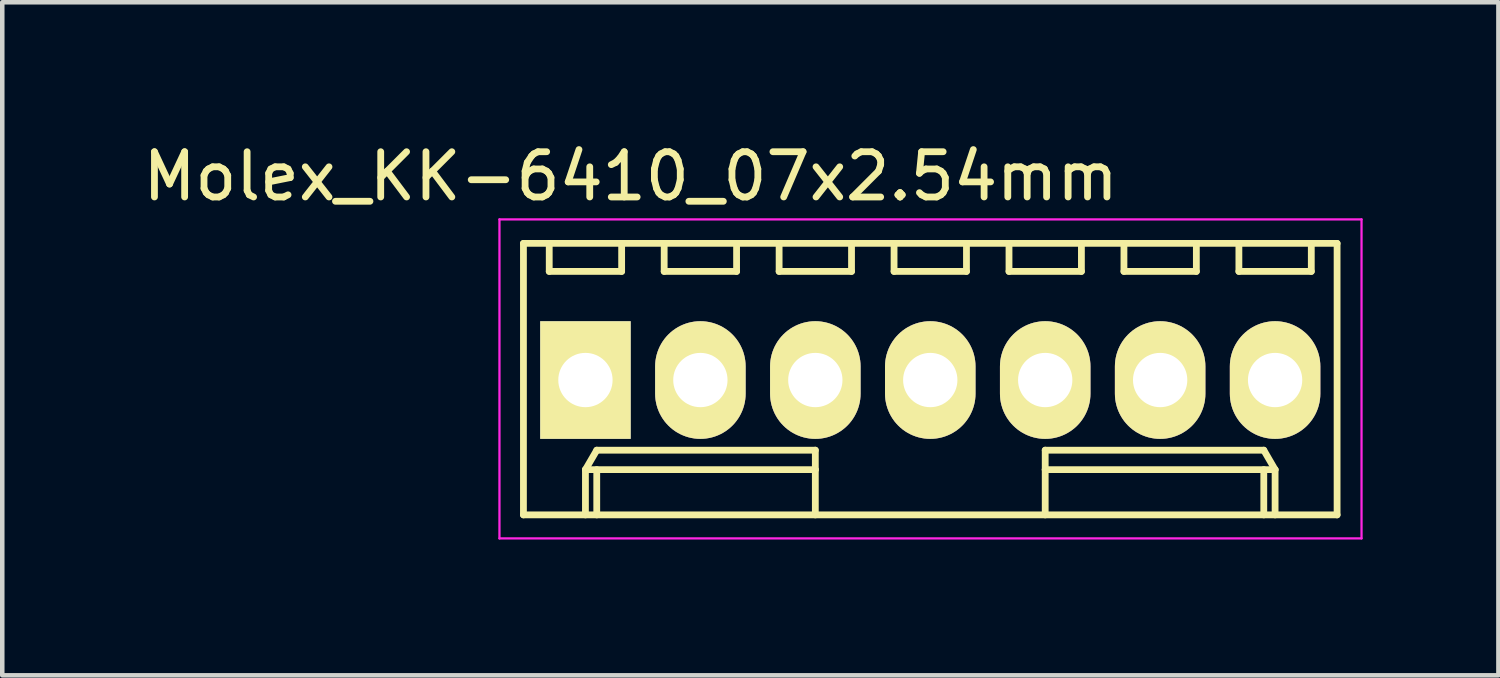
<source format=kicad_pcb>
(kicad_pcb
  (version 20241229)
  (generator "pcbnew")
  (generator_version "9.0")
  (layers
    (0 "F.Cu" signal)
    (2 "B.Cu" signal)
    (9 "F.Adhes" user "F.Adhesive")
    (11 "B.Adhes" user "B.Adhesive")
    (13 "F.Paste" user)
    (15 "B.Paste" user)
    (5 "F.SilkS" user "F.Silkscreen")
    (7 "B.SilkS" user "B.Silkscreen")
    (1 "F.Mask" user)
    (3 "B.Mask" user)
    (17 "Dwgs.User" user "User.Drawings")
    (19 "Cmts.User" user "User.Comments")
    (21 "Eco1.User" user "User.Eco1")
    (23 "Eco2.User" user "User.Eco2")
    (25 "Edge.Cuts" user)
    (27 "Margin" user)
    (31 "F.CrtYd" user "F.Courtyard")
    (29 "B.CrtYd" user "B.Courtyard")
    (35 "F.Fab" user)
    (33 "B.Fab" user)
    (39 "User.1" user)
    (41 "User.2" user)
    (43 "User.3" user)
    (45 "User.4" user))
  (footprint "Molex_KK-6410_07x2.54mm"
    (layer "F.Cu")
    (at 9.887 5.348)
    (property "Reference" "Molex_KK-6410_07x2.54mm" (at 1 -4.5 0) (layer "F.SilkS") (effects (font (size 1 1) (thickness 0.15))))
    (attr through_hole)
    (fp_line (start -1.37 -3.02) (end -1.37 2.98) (stroke (width 0.15) (type solid)) (layer "F.SilkS"))
    (fp_line (start -1.37 2.98) (end 16.61 2.98) (stroke (width 0.15) (type solid)) (layer "F.SilkS"))
    (fp_line (start -0.8 -3.02) (end -0.8 -2.4) (stroke (width 0.15) (type solid)) (layer "F.SilkS"))
    (fp_line (start -0.8 -2.4) (end 0.8 -2.4) (stroke (width 0.15) (type solid)) (layer "F.SilkS"))
    (fp_line (start 0 1.98) (end 0.25 1.55) (stroke (width 0.15) (type solid)) (layer "F.SilkS"))
    (fp_line (start 0 1.98) (end 5.08 1.98) (stroke (width 0.15) (type solid)) (layer "F.SilkS"))
    (fp_line (start 0 2.98) (end 0 1.98) (stroke (width 0.15) (type solid)) (layer "F.SilkS"))
    (fp_line (start 0.25 1.55) (end 5.08 1.55) (stroke (width 0.15) (type solid)) (layer "F.SilkS"))
    (fp_line (start 0.25 2.98) (end 0.25 1.98) (stroke (width 0.15) (type solid)) (layer "F.SilkS"))
    (fp_line (start 0.8 -2.4) (end 0.8 -3.02) (stroke (width 0.15) (type solid)) (layer "F.SilkS"))
    (fp_line (start 1.74 -3.02) (end 1.74 -2.4) (stroke (width 0.15) (type solid)) (layer "F.SilkS"))
    (fp_line (start 1.74 -2.4) (end 3.34 -2.4) (stroke (width 0.15) (type solid)) (layer "F.SilkS"))
    (fp_line (start 3.34 -2.4) (end 3.34 -3.02) (stroke (width 0.15) (type solid)) (layer "F.SilkS"))
    (fp_line (start 4.28 -3.02) (end 4.28 -2.4) (stroke (width 0.15) (type solid)) (layer "F.SilkS"))
    (fp_line (start 4.28 -2.4) (end 5.88 -2.4) (stroke (width 0.15) (type solid)) (layer "F.SilkS"))
    (fp_line (start 5.08 1.55) (end 5.08 1.98) (stroke (width 0.15) (type solid)) (layer "F.SilkS"))
    (fp_line (start 5.08 1.98) (end 5.08 2.98) (stroke (width 0.15) (type solid)) (layer "F.SilkS"))
    (fp_line (start 5.88 -2.4) (end 5.88 -3.02) (stroke (width 0.15) (type solid)) (layer "F.SilkS"))
    (fp_line (start 6.82 -3.02) (end 6.82 -2.4) (stroke (width 0.15) (type solid)) (layer "F.SilkS"))
    (fp_line (start 6.82 -2.4) (end 8.42 -2.4) (stroke (width 0.15) (type solid)) (layer "F.SilkS"))
    (fp_line (start 8.42 -2.4) (end 8.42 -3.02) (stroke (width 0.15) (type solid)) (layer "F.SilkS"))
    (fp_line (start 9.36 -3.02) (end 9.36 -2.4) (stroke (width 0.15) (type solid)) (layer "F.SilkS"))
    (fp_line (start 9.36 -2.4) (end 10.96 -2.4) (stroke (width 0.15) (type solid)) (layer "F.SilkS"))
    (fp_line (start 10.16 1.55) (end 10.16 1.98) (stroke (width 0.15) (type solid)) (layer "F.SilkS"))
    (fp_line (start 10.16 1.98) (end 10.16 2.98) (stroke (width 0.15) (type solid)) (layer "F.SilkS"))
    (fp_line (start 10.96 -2.4) (end 10.96 -3.02) (stroke (width 0.15) (type solid)) (layer "F.SilkS"))
    (fp_line (start 11.9 -3.02) (end 11.9 -2.4) (stroke (width 0.15) (type solid)) (layer "F.SilkS"))
    (fp_line (start 11.9 -2.4) (end 13.5 -2.4) (stroke (width 0.15) (type solid)) (layer "F.SilkS"))
    (fp_line (start 13.5 -2.4) (end 13.5 -3.02) (stroke (width 0.15) (type solid)) (layer "F.SilkS"))
    (fp_line (start 14.44 -3.02) (end 14.44 -2.4) (stroke (width 0.15) (type solid)) (layer "F.SilkS"))
    (fp_line (start 14.44 -2.4) (end 16.04 -2.4) (stroke (width 0.15) (type solid)) (layer "F.SilkS"))
    (fp_line (start 14.99 1.55) (end 10.16 1.55) (stroke (width 0.15) (type solid)) (layer "F.SilkS"))
    (fp_line (start 14.99 2.98) (end 14.99 1.98) (stroke (width 0.15) (type solid)) (layer "F.SilkS"))
    (fp_line (start 15.24 1.98) (end 10.16 1.98) (stroke (width 0.15) (type solid)) (layer "F.SilkS"))
    (fp_line (start 15.24 1.98) (end 14.99 1.55) (stroke (width 0.15) (type solid)) (layer "F.SilkS"))
    (fp_line (start 15.24 2.98) (end 15.24 1.98) (stroke (width 0.15) (type solid)) (layer "F.SilkS"))
    (fp_line (start 16.04 -2.4) (end 16.04 -3.02) (stroke (width 0.15) (type solid)) (layer "F.SilkS"))
    (fp_line (start 16.61 -3.02) (end -1.37 -3.02) (stroke (width 0.15) (type solid)) (layer "F.SilkS"))
    (fp_line (start 16.61 2.98) (end 16.61 -3.02) (stroke (width 0.15) (type solid)) (layer "F.SilkS"))
    (fp_line (start -1.9 -3.55) (end 17.15 -3.55) (stroke (width 0.05) (type solid)) (layer "F.CrtYd"))
    (fp_line (start -1.9 3.5) (end -1.9 -3.55) (stroke (width 0.05) (type solid)) (layer "F.CrtYd"))
    (fp_line (start 17.15 -3.55) (end 17.15 3.5) (stroke (width 0.05) (type solid)) (layer "F.CrtYd"))
    (fp_line (start 17.15 3.5) (end -1.9 3.5) (stroke (width 0.05) (type solid)) (layer "F.CrtYd"))
    (pad "1" thru_hole rect (at 0 0) (size 2 2.6) (drill 1.2) (layers "*.Cu" "*.Mask" "F.SilkS"))
    (pad "2" thru_hole oval (at 2.54 0) (size 2 2.6) (drill 1.2) (layers "*.Cu" "*.Mask" "F.SilkS"))
    (pad "3" thru_hole oval (at 5.08 0) (size 2 2.6) (drill 1.2) (layers "*.Cu" "*.Mask" "F.SilkS"))
    (pad "4" thru_hole oval (at 7.62 0) (size 2 2.6) (drill 1.2) (layers "*.Cu" "*.Mask" "F.SilkS"))
    (pad "5" thru_hole oval (at 10.16 0) (size 2 2.6) (drill 1.2) (layers "*.Cu" "*.Mask" "F.SilkS"))
    (pad "6" thru_hole oval (at 12.7 0) (size 2 2.6) (drill 1.2) (layers "*.Cu" "*.Mask" "F.SilkS"))
    (pad "7" thru_hole oval (at 15.24 0) (size 2 2.6) (drill 1.2) (layers "*.Cu" "*.Mask" "F.SilkS")))
  (gr_rect
    (start -3 -3)
    (end 30.062 11.873)
    (stroke (width 0.1) (type default))
    (fill no)
    (layer "Edge.Cuts")))
</source>
